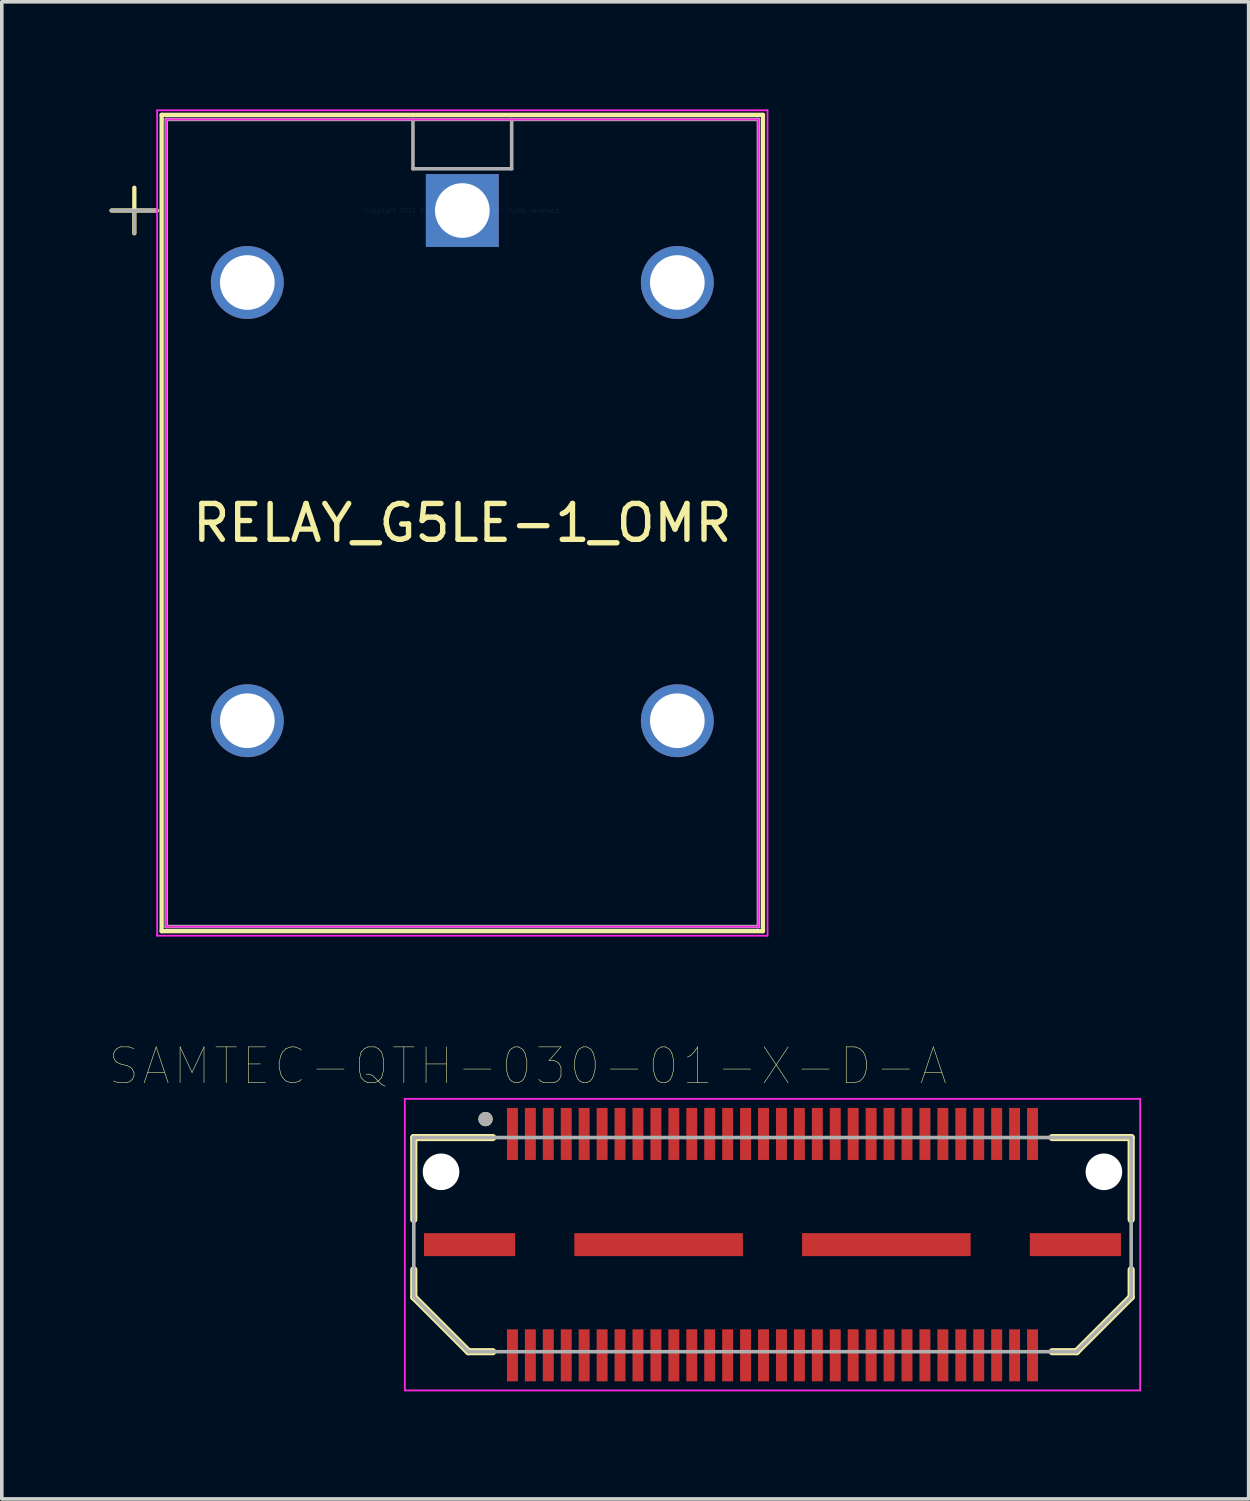
<source format=kicad_pcb>
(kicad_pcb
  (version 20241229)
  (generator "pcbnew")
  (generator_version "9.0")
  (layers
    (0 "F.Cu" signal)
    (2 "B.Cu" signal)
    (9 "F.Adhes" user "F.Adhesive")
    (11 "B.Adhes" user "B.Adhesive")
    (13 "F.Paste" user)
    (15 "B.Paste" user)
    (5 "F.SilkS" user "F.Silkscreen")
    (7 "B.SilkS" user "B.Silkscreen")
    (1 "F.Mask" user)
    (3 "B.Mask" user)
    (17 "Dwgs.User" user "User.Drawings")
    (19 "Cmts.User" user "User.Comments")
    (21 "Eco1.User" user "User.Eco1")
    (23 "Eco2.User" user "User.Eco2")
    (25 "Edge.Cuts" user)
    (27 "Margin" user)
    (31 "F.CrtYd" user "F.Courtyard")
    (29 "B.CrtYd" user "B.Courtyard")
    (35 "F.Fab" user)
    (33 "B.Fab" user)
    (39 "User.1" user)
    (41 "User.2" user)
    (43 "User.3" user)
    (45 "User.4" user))
  (footprint "SAMTEC-QTH-030-01-X-D-A"
    (layer "F.Cu")
    (at 18.486 31.649)
    (property "Reference" "SAMTEC-QTH-030-01-X-D-A" (at -6.825 -4.975 0) (layer "F.SilkS") (effects (font (size 1 1) (thickness 0.015))))
    (attr through_hole)
    (fp_line (start -10 -2.985) (end -7.8 -2.985) (stroke (width 0.2) (type solid)) (layer "F.SilkS"))
    (fp_line (start -10 -0.7) (end -10 -2.985) (stroke (width 0.2) (type solid)) (layer "F.SilkS"))
    (fp_line (start -10 1.461) (end -10 0.7) (stroke (width 0.2) (type solid)) (layer "F.SilkS"))
    (fp_line (start -8.476 2.985) (end -10 1.461) (stroke (width 0.2) (type solid)) (layer "F.SilkS"))
    (fp_line (start -8.476 2.985) (end -7.8 2.985) (stroke (width 0.2) (type solid)) (layer "F.SilkS"))
    (fp_line (start 8.476 2.985) (end 7.8 2.985) (stroke (width 0.2) (type solid)) (layer "F.SilkS"))
    (fp_line (start 10 -2.985) (end 7.8 -2.985) (stroke (width 0.2) (type solid)) (layer "F.SilkS"))
    (fp_line (start 10 -0.7) (end 10 -2.985) (stroke (width 0.2) (type solid)) (layer "F.SilkS"))
    (fp_line (start 10 1.461) (end 8.476 2.985) (stroke (width 0.2) (type solid)) (layer "F.SilkS"))
    (fp_line (start 10 1.461) (end 10 0.7) (stroke (width 0.2) (type solid)) (layer "F.SilkS"))
    (fp_circle (center -8 -3.5) (end -7.9 -3.5) (stroke (width 0.2) (type solid)) (fill no) (layer "F.SilkS"))
    (fp_line (start -10.25 -4.065) (end 10.25 -4.065) (stroke (width 0.05) (type solid)) (layer "F.CrtYd"))
    (fp_line (start -10.25 4.065) (end -10.25 -4.065) (stroke (width 0.05) (type solid)) (layer "F.CrtYd"))
    (fp_line (start 10.25 -4.065) (end 10.25 4.065) (stroke (width 0.05) (type solid)) (layer "F.CrtYd"))
    (fp_line (start 10.25 4.065) (end -10.25 4.065) (stroke (width 0.05) (type solid)) (layer "F.CrtYd"))
    (fp_line (start -10 -2.985) (end 10 -2.985) (stroke (width 0.1) (type solid)) (layer "F.Fab"))
    (fp_line (start -10 1.461) (end -10 -2.985) (stroke (width 0.1) (type solid)) (layer "F.Fab"))
    (fp_line (start -8.476 2.985) (end -10 1.461) (stroke (width 0.1) (type solid)) (layer "F.Fab"))
    (fp_line (start 8.476 2.985) (end -8.476 2.985) (stroke (width 0.1) (type solid)) (layer "F.Fab"))
    (fp_line (start 10 -2.985) (end 10 1.461) (stroke (width 0.1) (type solid)) (layer "F.Fab"))
    (fp_line (start 10 1.461) (end 8.476 2.985) (stroke (width 0.1) (type solid)) (layer "F.Fab"))
    (fp_circle (center -8 -3.5) (end -7.9 -3.5) (stroke (width 0.2) (type solid)) (fill no) (layer "F.Fab"))
    (pad "" np_thru_hole circle (at -9.24 -2.03) (size 1.02 1.02) (drill 1.02) (layers "*.Cu" "*.Mask"))
    (pad "" np_thru_hole circle (at 9.24 -2.03) (size 1.02 1.02) (drill 1.02) (layers "*.Cu" "*.Mask"))
    (pad "01" smd rect (at -7.25 -3.086) (size 0.305 1.45) (layers "F.Cu" "F.Mask" "F.Paste"))
    (pad "02" smd rect (at -7.25 3.086) (size 0.305 1.45) (layers "F.Cu" "F.Mask" "F.Paste"))
    (pad "03" smd rect (at -6.75 -3.086) (size 0.305 1.45) (layers "F.Cu" "F.Mask" "F.Paste"))
    (pad "04" smd rect (at -6.75 3.086) (size 0.305 1.45) (layers "F.Cu" "F.Mask" "F.Paste"))
    (pad "05" smd rect (at -6.25 -3.086) (size 0.305 1.45) (layers "F.Cu" "F.Mask" "F.Paste"))
    (pad "06" smd rect (at -6.25 3.086) (size 0.305 1.45) (layers "F.Cu" "F.Mask" "F.Paste"))
    (pad "07" smd rect (at -5.75 -3.086) (size 0.305 1.45) (layers "F.Cu" "F.Mask" "F.Paste"))
    (pad "08" smd rect (at -5.75 3.086) (size 0.305 1.45) (layers "F.Cu" "F.Mask" "F.Paste"))
    (pad "09" smd rect (at -5.25 -3.086) (size 0.305 1.45) (layers "F.Cu" "F.Mask" "F.Paste"))
    (pad "10" smd rect (at -5.25 3.086) (size 0.305 1.45) (layers "F.Cu" "F.Mask" "F.Paste"))
    (pad "11" smd rect (at -4.75 -3.086) (size 0.305 1.45) (layers "F.Cu" "F.Mask" "F.Paste"))
    (pad "12" smd rect (at -4.75 3.086) (size 0.305 1.45) (layers "F.Cu" "F.Mask" "F.Paste"))
    (pad "13" smd rect (at -4.25 -3.086) (size 0.305 1.45) (layers "F.Cu" "F.Mask" "F.Paste"))
    (pad "14" smd rect (at -4.25 3.086) (size 0.305 1.45) (layers "F.Cu" "F.Mask" "F.Paste"))
    (pad "15" smd rect (at -3.75 -3.086) (size 0.305 1.45) (layers "F.Cu" "F.Mask" "F.Paste"))
    (pad "16" smd rect (at -3.75 3.086) (size 0.305 1.45) (layers "F.Cu" "F.Mask" "F.Paste"))
    (pad "17" smd rect (at -3.25 -3.086) (size 0.305 1.45) (layers "F.Cu" "F.Mask" "F.Paste"))
    (pad "18" smd rect (at -3.25 3.086) (size 0.305 1.45) (layers "F.Cu" "F.Mask" "F.Paste"))
    (pad "19" smd rect (at -2.75 -3.086) (size 0.305 1.45) (layers "F.Cu" "F.Mask" "F.Paste"))
    (pad "20" smd rect (at -2.75 3.086) (size 0.305 1.45) (layers "F.Cu" "F.Mask" "F.Paste"))
    (pad "21" smd rect (at -2.25 -3.086) (size 0.305 1.45) (layers "F.Cu" "F.Mask" "F.Paste"))
    (pad "22" smd rect (at -2.25 3.086) (size 0.305 1.45) (layers "F.Cu" "F.Mask" "F.Paste"))
    (pad "23" smd rect (at -1.75 -3.086) (size 0.305 1.45) (layers "F.Cu" "F.Mask" "F.Paste"))
    (pad "24" smd rect (at -1.75 3.086) (size 0.305 1.45) (layers "F.Cu" "F.Mask" "F.Paste"))
    (pad "25" smd rect (at -1.25 -3.086) (size 0.305 1.45) (layers "F.Cu" "F.Mask" "F.Paste"))
    (pad "26" smd rect (at -1.25 3.086) (size 0.305 1.45) (layers "F.Cu" "F.Mask" "F.Paste"))
    (pad "27" smd rect (at -0.75 -3.086) (size 0.305 1.45) (layers "F.Cu" "F.Mask" "F.Paste"))
    (pad "28" smd rect (at -0.75 3.086) (size 0.305 1.45) (layers "F.Cu" "F.Mask" "F.Paste"))
    (pad "29" smd rect (at -0.25 -3.086) (size 0.305 1.45) (layers "F.Cu" "F.Mask" "F.Paste"))
    (pad "30" smd rect (at -0.25 3.086) (size 0.305 1.45) (layers "F.Cu" "F.Mask" "F.Paste"))
    (pad "31" smd rect (at 0.25 -3.086) (size 0.305 1.45) (layers "F.Cu" "F.Mask" "F.Paste"))
    (pad "32" smd rect (at 0.25 3.086) (size 0.305 1.45) (layers "F.Cu" "F.Mask" "F.Paste"))
    (pad "33" smd rect (at 0.75 -3.086) (size 0.305 1.45) (layers "F.Cu" "F.Mask" "F.Paste"))
    (pad "34" smd rect (at 0.75 3.086) (size 0.305 1.45) (layers "F.Cu" "F.Mask" "F.Paste"))
    (pad "35" smd rect (at 1.25 -3.086) (size 0.305 1.45) (layers "F.Cu" "F.Mask" "F.Paste"))
    (pad "36" smd rect (at 1.25 3.086) (size 0.305 1.45) (layers "F.Cu" "F.Mask" "F.Paste"))
    (pad "37" smd rect (at 1.75 -3.086) (size 0.305 1.45) (layers "F.Cu" "F.Mask" "F.Paste"))
    (pad "38" smd rect (at 1.75 3.086) (size 0.305 1.45) (layers "F.Cu" "F.Mask" "F.Paste"))
    (pad "39" smd rect (at 2.25 -3.086) (size 0.305 1.45) (layers "F.Cu" "F.Mask" "F.Paste"))
    (pad "40" smd rect (at 2.25 3.086) (size 0.305 1.45) (layers "F.Cu" "F.Mask" "F.Paste"))
    (pad "41" smd rect (at 2.75 -3.086) (size 0.305 1.45) (layers "F.Cu" "F.Mask" "F.Paste"))
    (pad "42" smd rect (at 2.75 3.086) (size 0.305 1.45) (layers "F.Cu" "F.Mask" "F.Paste"))
    (pad "43" smd rect (at 3.25 -3.086) (size 0.305 1.45) (layers "F.Cu" "F.Mask" "F.Paste"))
    (pad "44" smd rect (at 3.25 3.086) (size 0.305 1.45) (layers "F.Cu" "F.Mask" "F.Paste"))
    (pad "45" smd rect (at 3.75 -3.086) (size 0.305 1.45) (layers "F.Cu" "F.Mask" "F.Paste"))
    (pad "46" smd rect (at 3.75 3.086) (size 0.305 1.45) (layers "F.Cu" "F.Mask" "F.Paste"))
    (pad "47" smd rect (at 4.25 -3.086) (size 0.305 1.45) (layers "F.Cu" "F.Mask" "F.Paste"))
    (pad "48" smd rect (at 4.25 3.086) (size 0.305 1.45) (layers "F.Cu" "F.Mask" "F.Paste"))
    (pad "49" smd rect (at 4.75 -3.086) (size 0.305 1.45) (layers "F.Cu" "F.Mask" "F.Paste"))
    (pad "50" smd rect (at 4.75 3.086) (size 0.305 1.45) (layers "F.Cu" "F.Mask" "F.Paste"))
    (pad "51" smd rect (at 5.25 -3.086) (size 0.305 1.45) (layers "F.Cu" "F.Mask" "F.Paste"))
    (pad "52" smd rect (at 5.25 3.086) (size 0.305 1.45) (layers "F.Cu" "F.Mask" "F.Paste"))
    (pad "53" smd rect (at 5.75 -3.086) (size 0.305 1.45) (layers "F.Cu" "F.Mask" "F.Paste"))
    (pad "54" smd rect (at 5.75 3.086) (size 0.305 1.45) (layers "F.Cu" "F.Mask" "F.Paste"))
    (pad "55" smd rect (at 6.25 -3.086) (size 0.305 1.45) (layers "F.Cu" "F.Mask" "F.Paste"))
    (pad "56" smd rect (at 6.25 3.086) (size 0.305 1.45) (layers "F.Cu" "F.Mask" "F.Paste"))
    (pad "57" smd rect (at 6.75 -3.086) (size 0.305 1.45) (layers "F.Cu" "F.Mask" "F.Paste"))
    (pad "58" smd rect (at 6.75 3.086) (size 0.305 1.45) (layers "F.Cu" "F.Mask" "F.Paste"))
    (pad "59" smd rect (at 7.25 -3.086) (size 0.305 1.45) (layers "F.Cu" "F.Mask" "F.Paste"))
    (pad "60" smd rect (at 7.25 3.086) (size 0.305 1.45) (layers "F.Cu" "F.Mask" "F.Paste"))
    (pad "G1" smd rect (at -8.445 0) (size 2.54 0.64) (layers "F.Cu" "F.Mask" "F.Paste"))
    (pad "G2" smd rect (at -3.175 0) (size 4.7 0.64) (layers "F.Cu" "F.Mask" "F.Paste"))
    (pad "G3" smd rect (at 3.175 0) (size 4.7 0.64) (layers "F.Cu" "F.Mask" "F.Paste"))
    (pad "G4" smd rect (at 8.445 0) (size 2.54 0.64) (layers "F.Cu" "F.Mask" "F.Paste")))
  (footprint "RELAY_G5LE-1_OMR"
    (layer "F.Cu")
    (at 9.839 2.819)
    (property "Reference" "RELAY_G5LE-1_OMR" (at 0 8.712 0) (layer "F.SilkS") (effects (font (size 1 1) (thickness 0.15))))
    (attr through_hole)
    (fp_line (start -9.779 0) (end -8.509 0) (stroke (width 0.12) (type solid)) (layer "F.SilkS"))
    (fp_line (start -9.144 -0.635) (end -9.144 0.635) (stroke (width 0.12) (type solid)) (layer "F.SilkS"))
    (fp_line (start -8.382 -2.667) (end -8.382 20.091) (stroke (width 0.12) (type solid)) (layer "F.SilkS"))
    (fp_line (start 8.382 -2.667) (end -8.382 -2.667) (stroke (width 0.12) (type solid)) (layer "F.SilkS"))
    (fp_line (start 8.382 -2.667) (end 8.382 20.091) (stroke (width 0.12) (type solid)) (layer "F.SilkS"))
    (fp_line (start 8.382 20.091) (end -8.382 20.091) (stroke (width 0.12) (type solid)) (layer "F.SilkS"))
    (fp_line (start -8.509 -2.794) (end -8.509 20.218) (stroke (width 0.05) (type solid)) (layer "F.CrtYd"))
    (fp_line (start -8.509 20.218) (end 8.509 20.218) (stroke (width 0.05) (type solid)) (layer "F.CrtYd"))
    (fp_line (start -8.255 -2.54) (end 8.255 -2.54) (stroke (width 0.05) (type solid)) (layer "F.CrtYd"))
    (fp_line (start -8.255 19.964) (end -8.255 -2.54) (stroke (width 0.05) (type solid)) (layer "F.CrtYd"))
    (fp_line (start 8.255 -2.54) (end 8.255 19.964) (stroke (width 0.05) (type solid)) (layer "F.CrtYd"))
    (fp_line (start 8.255 19.964) (end -8.255 19.964) (stroke (width 0.05) (type solid)) (layer "F.CrtYd"))
    (fp_line (start 8.509 -2.794) (end -8.509 -2.794) (stroke (width 0.05) (type solid)) (layer "F.CrtYd"))
    (fp_line (start 8.509 20.218) (end 8.509 -2.794) (stroke (width 0.05) (type solid)) (layer "F.CrtYd"))
    (fp_line (start -9.779 0) (end -8.509 0) (stroke (width 0.1) (type solid)) (layer "F.Fab"))
    (fp_line (start -9.144 0) (end -9.144 0.635) (stroke (width 0.1) (type solid)) (layer "F.Fab"))
    (fp_line (start -8.255 -2.54) (end -8.255 19.964) (stroke (width 0.1) (type solid)) (layer "F.Fab"))
    (fp_line (start -1.376 -1.164) (end -1.376 -2.54) (stroke (width 0.1) (type solid)) (layer "F.Fab"))
    (fp_line (start 1.376 -2.54) (end 1.376 -1.164) (stroke (width 0.1) (type solid)) (layer "F.Fab"))
    (fp_line (start 1.376 -1.164) (end -1.376 -1.164) (stroke (width 0.1) (type solid)) (layer "F.Fab"))
    (fp_line (start 8.255 -2.54) (end -8.255 -2.54) (stroke (width 0.1) (type solid)) (layer "F.Fab"))
    (fp_line (start 8.255 -2.54) (end 8.255 19.964) (stroke (width 0.1) (type solid)) (layer "F.Fab"))
    (fp_line (start 8.255 19.964) (end -8.255 19.964) (stroke (width 0.1) (type solid)) (layer "F.Fab"))
    (fp_text user "*" (at 0 0 0) (layer "F.SilkS") (effects (font (size 1 1) (thickness 0.15))))
    (fp_text user "Copyright 2021 Accelerated Designs. All rights reserved." (at 0 0 0) (layer "Cmts.User") (effects (font (size 0.127 0.127) (thickness 0.002))))
    (fp_text user "*" (at 0 0 0) (layer "F.Fab") (effects (font (size 1 1) (thickness 0.15))))
    (pad "1" thru_hole rect (at 0 0) (size 2.032 2.032) (drill 1.524) (layers "*.Cu" "*.Mask"))
    (pad "2" thru_hole circle (at -5.994 2.007) (size 2.032 2.032) (drill 1.524) (layers "*.Cu" "*.Mask"))
    (pad "3" thru_hole circle (at -5.994 14.224) (size 2.032 2.032) (drill 1.524) (layers "*.Cu" "*.Mask"))
    (pad "4" thru_hole circle (at 5.994 14.224) (size 2.032 2.032) (drill 1.524) (layers "*.Cu" "*.Mask"))
    (pad "5" thru_hole circle (at 5.994 2.007) (size 2.032 2.032) (drill 1.524) (layers "*.Cu" "*.Mask")))
  (gr_rect
    (start -3 -3)
    (end 31.761 38.739)
    (stroke (width 0.1) (type default))
    (fill no)
    (layer "Edge.Cuts")))
</source>
